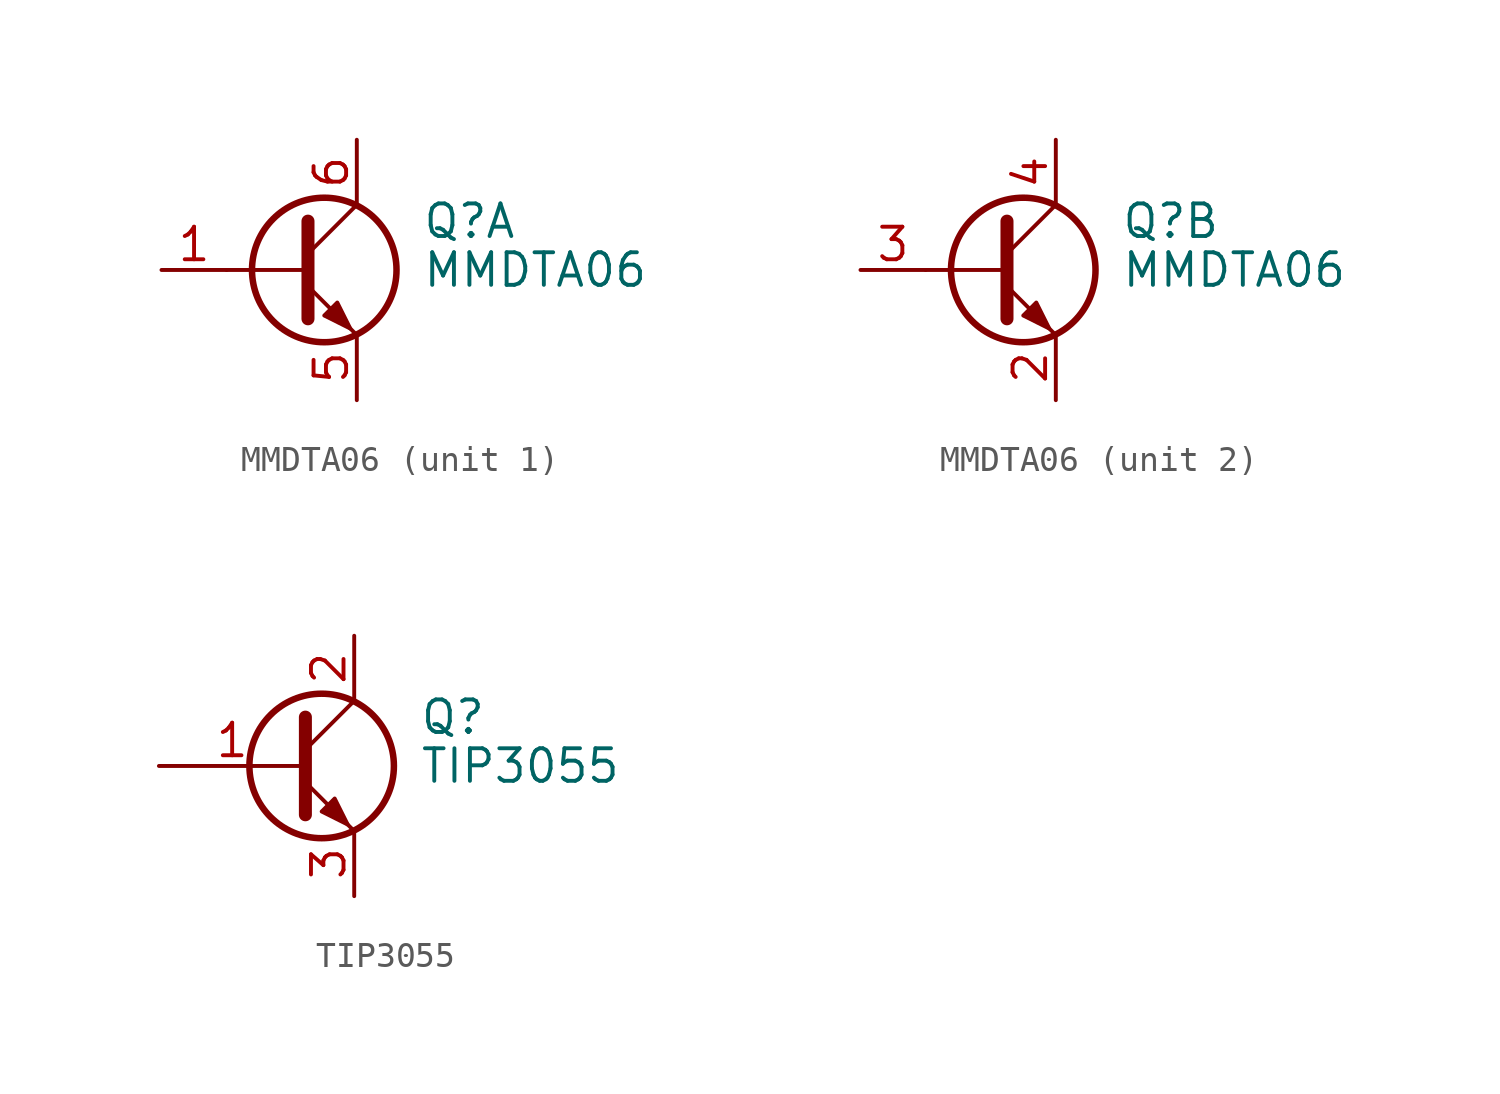
<source format=kicad_sym>
(kicad_symbol_lib
  (version 20231120)
  (generator "kicad_symbol_editor")
  (generator_version "8.0")
  (symbol "MMDTA06"
    (pin_names
      (offset 0) hide)
    (property "Reference" "Q"
      (at 5.08 1.905 0)
      (effects (font (size 1.27 1.27)) (justify left)))
    (property "Value" "MMDTA06"
      (at 5.08 0 0)
      (effects (font (size 1.27 1.27)) (justify left)))
    (property "ki_locked" ""
      (at 0 0 0)
      (effects (font (size 1.27 1.27))))
    (symbol "MMDTA06_0_1"
      (polyline (pts (xy 0.635 0) (xy -2.54 0)) (stroke (width 0) (type default)) (fill (type none)))
      (polyline (pts (xy 0.635 0.635) (xy 2.54 2.54)) (stroke (width 0) (type default)) (fill (type none)))
      (polyline (pts (xy 0.635 -0.635) (xy 2.54 -2.54) (xy 2.54 -2.54)) (stroke (width 0) (type default)) (fill (type none)))
      (polyline (pts (xy 0.635 1.905) (xy 0.635 -1.905) (xy 0.635 -1.905)) (stroke (width 0.508) (type default)) (fill (type none)))
      (polyline (pts (xy 1.27 -1.778) (xy 1.778 -1.27) (xy 2.286 -2.286) (xy 1.27 -1.778) (xy 1.27 -1.778)) (stroke (width 0) (type default)) (fill (type outline)))
      (circle (center 1.27 0) (radius 2.819) (stroke (width 0.254) (type default)) (fill (type none))))
    (symbol "MMDTA06_1_1"
      (pin input line (at -5.08 0 0) (length 2.54) (name "B1" (effects (font (size 1.27 1.27)))) (number "1" (effects (font (size 1.27 1.27)))))
      (pin passive line (at 2.54 -5.08 90) (length 2.54) (name "E1" (effects (font (size 1.27 1.27)))) (number "5" (effects (font (size 1.27 1.27)))))
      (pin passive line (at 2.54 5.08 270) (length 2.54) (name "C1" (effects (font (size 1.27 1.27)))) (number "6" (effects (font (size 1.27 1.27))))))
    (symbol "MMDTA06_2_1"
      (pin passive line (at 2.54 -5.08 90) (length 2.54) (name "E2" (effects (font (size 1.27 1.27)))) (number "2" (effects (font (size 1.27 1.27)))))
      (pin input line (at -5.08 0 0) (length 2.54) (name "B2" (effects (font (size 1.27 1.27)))) (number "3" (effects (font (size 1.27 1.27)))))
      (pin passive line (at 2.54 5.08 270) (length 2.54) (name "C2" (effects (font (size 1.27 1.27)))) (number "4" (effects (font (size 1.27 1.27)))))))
  (symbol "TIP3055"
    (pin_names
      (offset 0) hide)
    (property "Reference" "Q"
      (at 5.08 1.905 0)
      (effects (font (size 1.27 1.27)) (justify left)))
    (property "Value" "TIP3055"
      (at 5.08 0 0)
      (effects (font (size 1.27 1.27)) (justify left)))
    (symbol "TIP3055_0_1"
      (polyline (pts (xy 0.635 0.635) (xy 2.54 2.54)) (stroke (width 0) (type default)) (fill (type none)))
      (polyline (pts (xy 0.635 -0.635) (xy 2.54 -2.54) (xy 2.54 -2.54)) (stroke (width 0) (type default)) (fill (type none)))
      (polyline (pts (xy 0.635 1.905) (xy 0.635 -1.905) (xy 0.635 -1.905)) (stroke (width 0.508) (type default)) (fill (type none)))
      (polyline (pts (xy 1.27 -1.778) (xy 1.778 -1.27) (xy 2.286 -2.286) (xy 1.27 -1.778) (xy 1.27 -1.778)) (stroke (width 0) (type default)) (fill (type outline)))
      (circle (center 1.27 0) (radius 2.819) (stroke (width 0.254) (type default)) (fill (type none))))
    (symbol "TIP3055_1_1"
      (pin input line (at -5.08 0 0) (length 5.715) (name "B" (effects (font (size 1.27 1.27)))) (number "1" (effects (font (size 1.27 1.27)))))
      (pin passive line (at 2.54 5.08 270) (length 2.54) (name "C" (effects (font (size 1.27 1.27)))) (number "2" (effects (font (size 1.27 1.27)))))
      (pin passive line (at 2.54 -5.08 90) (length 2.54) (name "E" (effects (font (size 1.27 1.27)))) (number "3" (effects (font (size 1.27 1.27))))))))
</source>
